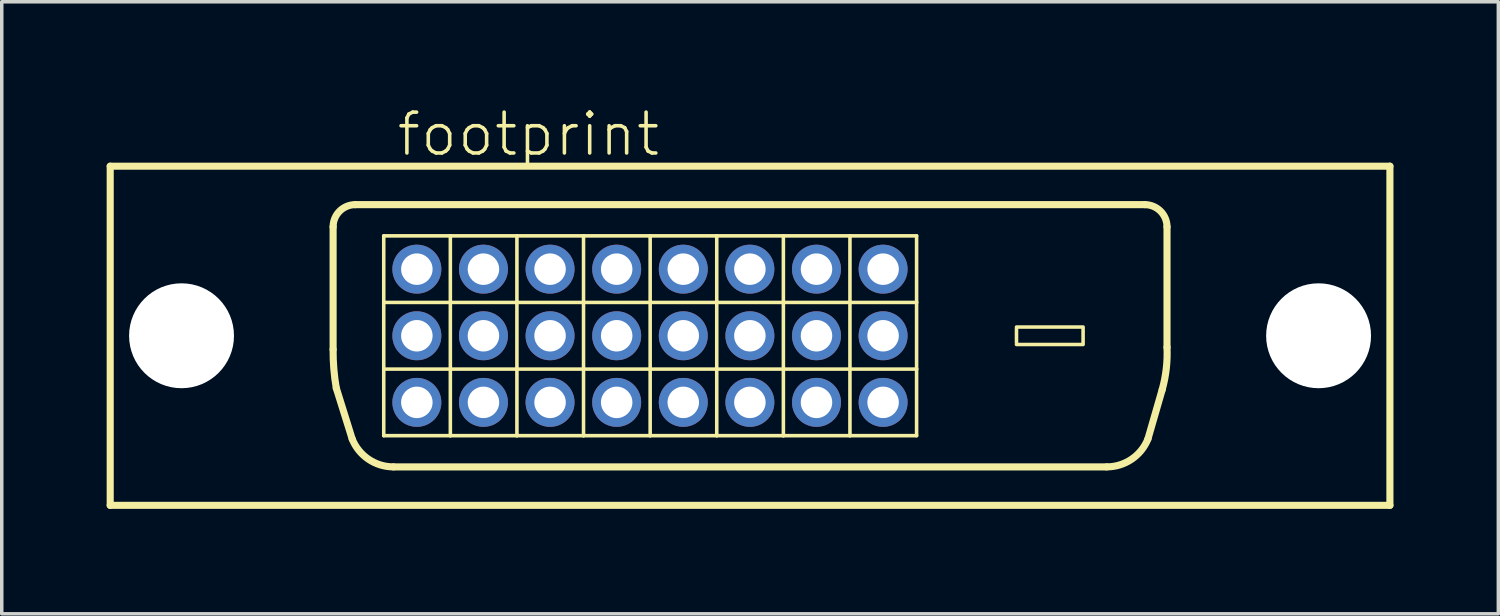
<source format=kicad_pcb>
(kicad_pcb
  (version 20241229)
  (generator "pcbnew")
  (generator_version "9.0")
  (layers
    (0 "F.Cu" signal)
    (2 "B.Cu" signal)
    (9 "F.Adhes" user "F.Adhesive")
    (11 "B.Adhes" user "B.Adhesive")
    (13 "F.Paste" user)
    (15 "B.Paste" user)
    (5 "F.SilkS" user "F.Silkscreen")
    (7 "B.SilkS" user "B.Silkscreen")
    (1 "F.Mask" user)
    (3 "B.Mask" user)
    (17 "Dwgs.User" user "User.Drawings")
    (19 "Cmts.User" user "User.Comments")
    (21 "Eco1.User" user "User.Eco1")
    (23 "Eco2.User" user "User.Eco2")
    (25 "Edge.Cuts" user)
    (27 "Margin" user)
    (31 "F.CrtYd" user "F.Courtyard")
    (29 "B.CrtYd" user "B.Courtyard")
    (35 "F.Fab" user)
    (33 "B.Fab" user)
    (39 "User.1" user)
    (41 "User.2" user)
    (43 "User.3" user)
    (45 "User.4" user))
  (footprint "footprint"
    (layer "F.Cu")
    (at 18.402 6.553)
    (property "Reference" "footprint" (at -10.16 -5.08 0) (layer "F.SilkS") (effects (font (size 1.168 1.168) (thickness 0.102)) (justify left bottom)))
    (fp_line (start -18.3 -4.85) (end 18.3 -4.85) (stroke (width 0.203) (type solid)) (layer "F.SilkS"))
    (fp_line (start -18.3 4.85) (end -18.3 -4.85) (stroke (width 0.203) (type solid)) (layer "F.SilkS"))
    (fp_line (start -11.925 0.39) (end -11.925 -3.115) (stroke (width 0.203) (type solid)) (layer "F.SilkS"))
    (fp_line (start -11.379 2.952) (end -11.834 1.497) (stroke (width 0.203) (type solid)) (layer "F.SilkS"))
    (fp_line (start -11.29 -3.75) (end 11.29 -3.75) (stroke (width 0.203) (type solid)) (layer "F.SilkS"))
    (fp_line (start -10.477 -2.857) (end -8.572 -2.857) (stroke (width 0.102) (type solid)) (layer "F.SilkS"))
    (fp_line (start -10.477 -0.953) (end -10.477 -2.857) (stroke (width 0.102) (type solid)) (layer "F.SilkS"))
    (fp_line (start -10.477 -0.953) (end 4.763 -0.953) (stroke (width 0.102) (type solid)) (layer "F.SilkS"))
    (fp_line (start -10.477 0.953) (end -10.477 -0.953) (stroke (width 0.102) (type solid)) (layer "F.SilkS"))
    (fp_line (start -10.477 0.953) (end 4.763 0.953) (stroke (width 0.102) (type solid)) (layer "F.SilkS"))
    (fp_line (start -10.477 2.857) (end -10.477 0.953) (stroke (width 0.102) (type solid)) (layer "F.SilkS"))
    (fp_line (start -10.2 3.75) (end 10.2 3.75) (stroke (width 0.203) (type solid)) (layer "F.SilkS"))
    (fp_line (start -8.572 -2.857) (end -6.668 -2.857) (stroke (width 0.102) (type solid)) (layer "F.SilkS"))
    (fp_line (start -8.572 2.857) (end -10.477 2.857) (stroke (width 0.102) (type solid)) (layer "F.SilkS"))
    (fp_line (start -8.572 2.857) (end -8.572 -2.857) (stroke (width 0.102) (type solid)) (layer "F.SilkS"))
    (fp_line (start -6.668 -2.857) (end -6.668 2.857) (stroke (width 0.102) (type solid)) (layer "F.SilkS"))
    (fp_line (start -6.668 -2.857) (end -4.763 -2.857) (stroke (width 0.102) (type solid)) (layer "F.SilkS"))
    (fp_line (start -6.668 2.857) (end -8.572 2.857) (stroke (width 0.102) (type solid)) (layer "F.SilkS"))
    (fp_line (start -4.763 -2.857) (end -2.857 -2.857) (stroke (width 0.102) (type solid)) (layer "F.SilkS"))
    (fp_line (start -4.763 2.857) (end -6.668 2.857) (stroke (width 0.102) (type solid)) (layer "F.SilkS"))
    (fp_line (start -4.763 2.857) (end -4.763 -2.857) (stroke (width 0.102) (type solid)) (layer "F.SilkS"))
    (fp_line (start -2.857 -2.857) (end -2.857 2.857) (stroke (width 0.102) (type solid)) (layer "F.SilkS"))
    (fp_line (start -2.857 -2.857) (end -0.953 -2.857) (stroke (width 0.102) (type solid)) (layer "F.SilkS"))
    (fp_line (start -2.857 2.857) (end -4.763 2.857) (stroke (width 0.102) (type solid)) (layer "F.SilkS"))
    (fp_line (start -0.953 -2.857) (end 0.953 -2.857) (stroke (width 0.102) (type solid)) (layer "F.SilkS"))
    (fp_line (start -0.953 2.857) (end -2.857 2.857) (stroke (width 0.102) (type solid)) (layer "F.SilkS"))
    (fp_line (start -0.953 2.857) (end -0.953 -2.857) (stroke (width 0.102) (type solid)) (layer "F.SilkS"))
    (fp_line (start 0.953 -2.857) (end 0.953 2.857) (stroke (width 0.102) (type solid)) (layer "F.SilkS"))
    (fp_line (start 0.953 -2.857) (end 2.857 -2.857) (stroke (width 0.102) (type solid)) (layer "F.SilkS"))
    (fp_line (start 0.953 2.857) (end -0.953 2.857) (stroke (width 0.102) (type solid)) (layer "F.SilkS"))
    (fp_line (start 2.857 -2.857) (end 4.763 -2.857) (stroke (width 0.102) (type solid)) (layer "F.SilkS"))
    (fp_line (start 2.857 2.857) (end 0.953 2.857) (stroke (width 0.102) (type solid)) (layer "F.SilkS"))
    (fp_line (start 2.857 2.857) (end 2.857 -2.857) (stroke (width 0.102) (type solid)) (layer "F.SilkS"))
    (fp_line (start 4.763 -2.857) (end 4.763 -0.953) (stroke (width 0.102) (type solid)) (layer "F.SilkS"))
    (fp_line (start 4.763 -0.953) (end 4.763 0.953) (stroke (width 0.102) (type solid)) (layer "F.SilkS"))
    (fp_line (start 4.763 0.953) (end 4.763 2.857) (stroke (width 0.102) (type solid)) (layer "F.SilkS"))
    (fp_line (start 4.763 2.857) (end 2.857 2.857) (stroke (width 0.102) (type solid)) (layer "F.SilkS"))
    (fp_line (start 7.62 -0.203) (end 7.62 0.203) (stroke (width 0.102) (type solid)) (layer "F.SilkS"))
    (fp_line (start 9.525 -0.25) (end 7.62 -0.25) (stroke (width 0.102) (type solid)) (layer "F.SilkS"))
    (fp_line (start 9.525 -0.203) (end 9.525 0.203) (stroke (width 0.102) (type solid)) (layer "F.SilkS"))
    (fp_line (start 9.525 0.25) (end 7.62 0.25) (stroke (width 0.102) (type solid)) (layer "F.SilkS"))
    (fp_line (start 11.379 2.952) (end 11.787 1.542) (stroke (width 0.203) (type solid)) (layer "F.SilkS"))
    (fp_line (start 11.925 0.33) (end 11.925 -3.115) (stroke (width 0.203) (type solid)) (layer "F.SilkS"))
    (fp_line (start 18.3 -4.85) (end 18.3 4.85) (stroke (width 0.203) (type solid)) (layer "F.SilkS"))
    (fp_line (start 18.3 4.85) (end -18.3 4.85) (stroke (width 0.203) (type solid)) (layer "F.SilkS"))
    (fp_arc (start -11.925 -3.115) (mid -11.739013 -3.564013) (end -11.29 -3.75) (stroke (width 0.2032) (type solid)) (layer "F.SilkS"))
    (fp_arc (start -11.8342 1.497) (mid -11.904693 0.945759) (end -11.925 0.3904) (stroke (width 0.2032) (type solid)) (layer "F.SilkS"))
    (fp_arc (start -10.2002 3.75) (mid -10.912154 3.531641) (end -11.379301 2.951699) (stroke (width 0.2032) (type solid)) (layer "F.SilkS"))
    (fp_arc (start 11.29 -3.75) (mid 11.739013 -3.564013) (end 11.925 -3.115) (stroke (width 0.2032) (type solid)) (layer "F.SilkS"))
    (fp_arc (start 11.379301 2.951699) (mid 10.912154 3.531641) (end 10.2002 3.75) (stroke (width 0.2032) (type solid)) (layer "F.SilkS"))
    (fp_arc (start 11.925 0.33) (mid 11.903988 0.941413) (end 11.7865 1.5418) (stroke (width 0.2032) (type solid)) (layer "F.SilkS"))
    (pad "" np_thru_hole circle (at -16.26 0) (size 3 3) (drill 3) (layers "*.Cu" "*.Mask"))
    (pad "" np_thru_hole circle (at 16.26 0) (size 3 3) (drill 3) (layers "*.Cu" "*.Mask"))
    (pad "1" thru_hole circle (at -9.53 -1.905) (size 1.4 1.4) (drill 0.9) (layers "*.Cu" "*.Mask"))
    (pad "2" thru_hole circle (at -7.625 -1.905) (size 1.4 1.4) (drill 0.9) (layers "*.Cu" "*.Mask"))
    (pad "3" thru_hole circle (at -5.72 -1.905) (size 1.4 1.4) (drill 0.9) (layers "*.Cu" "*.Mask"))
    (pad "4" thru_hole circle (at -3.815 -1.905) (size 1.4 1.4) (drill 0.9) (layers "*.Cu" "*.Mask"))
    (pad "5" thru_hole circle (at -1.91 -1.905) (size 1.4 1.4) (drill 0.9) (layers "*.Cu" "*.Mask"))
    (pad "6" thru_hole circle (at -0.005 -1.905) (size 1.4 1.4) (drill 0.9) (layers "*.Cu" "*.Mask"))
    (pad "7" thru_hole circle (at 1.9 -1.905) (size 1.4 1.4) (drill 0.9) (layers "*.Cu" "*.Mask"))
    (pad "8" thru_hole circle (at 3.805 -1.905) (size 1.4 1.4) (drill 0.9) (layers "*.Cu" "*.Mask"))
    (pad "9" thru_hole circle (at -9.53 0) (size 1.4 1.4) (drill 0.9) (layers "*.Cu" "*.Mask"))
    (pad "10" thru_hole circle (at -7.625 0) (size 1.4 1.4) (drill 0.9) (layers "*.Cu" "*.Mask"))
    (pad "11" thru_hole circle (at -5.72 0) (size 1.4 1.4) (drill 0.9) (layers "*.Cu" "*.Mask"))
    (pad "12" thru_hole circle (at -3.815 0) (size 1.4 1.4) (drill 0.9) (layers "*.Cu" "*.Mask"))
    (pad "13" thru_hole circle (at -1.91 0) (size 1.4 1.4) (drill 0.9) (layers "*.Cu" "*.Mask"))
    (pad "14" thru_hole circle (at -0.005 0) (size 1.4 1.4) (drill 0.9) (layers "*.Cu" "*.Mask"))
    (pad "15" thru_hole circle (at 1.9 0) (size 1.4 1.4) (drill 0.9) (layers "*.Cu" "*.Mask"))
    (pad "16" thru_hole circle (at 3.805 0) (size 1.4 1.4) (drill 0.9) (layers "*.Cu" "*.Mask"))
    (pad "17" thru_hole circle (at -9.53 1.905) (size 1.4 1.4) (drill 0.9) (layers "*.Cu" "*.Mask"))
    (pad "18" thru_hole circle (at -7.625 1.905) (size 1.4 1.4) (drill 0.9) (layers "*.Cu" "*.Mask"))
    (pad "19" thru_hole circle (at -5.72 1.905) (size 1.4 1.4) (drill 0.9) (layers "*.Cu" "*.Mask"))
    (pad "20" thru_hole circle (at -3.815 1.905) (size 1.4 1.4) (drill 0.9) (layers "*.Cu" "*.Mask"))
    (pad "21" thru_hole circle (at -1.91 1.905) (size 1.4 1.4) (drill 0.9) (layers "*.Cu" "*.Mask"))
    (pad "22" thru_hole circle (at -0.005 1.905) (size 1.4 1.4) (drill 0.9) (layers "*.Cu" "*.Mask"))
    (pad "23" thru_hole circle (at 1.9 1.905) (size 1.4 1.4) (drill 0.9) (layers "*.Cu" "*.Mask"))
    (pad "24" thru_hole circle (at 3.805 1.905) (size 1.4 1.4) (drill 0.9) (layers "*.Cu" "*.Mask")))
  (gr_rect
    (start -3 -3)
    (end 39.803 14.505)
    (stroke (width 0.1) (type default))
    (fill no)
    (layer "Edge.Cuts")))
</source>
